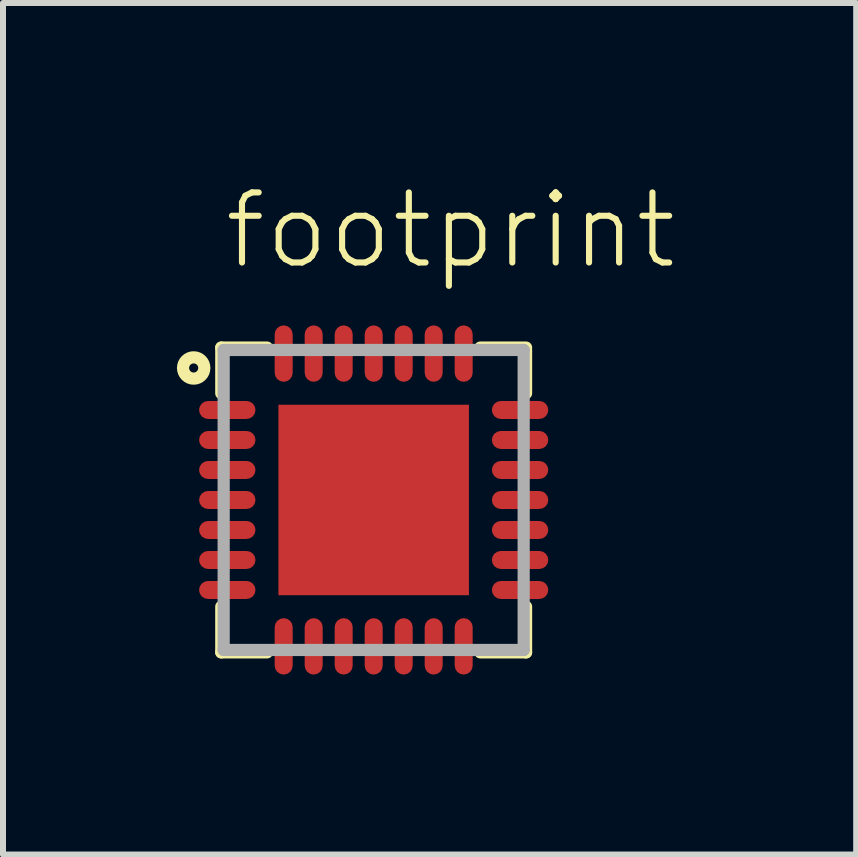
<source format=kicad_pcb>
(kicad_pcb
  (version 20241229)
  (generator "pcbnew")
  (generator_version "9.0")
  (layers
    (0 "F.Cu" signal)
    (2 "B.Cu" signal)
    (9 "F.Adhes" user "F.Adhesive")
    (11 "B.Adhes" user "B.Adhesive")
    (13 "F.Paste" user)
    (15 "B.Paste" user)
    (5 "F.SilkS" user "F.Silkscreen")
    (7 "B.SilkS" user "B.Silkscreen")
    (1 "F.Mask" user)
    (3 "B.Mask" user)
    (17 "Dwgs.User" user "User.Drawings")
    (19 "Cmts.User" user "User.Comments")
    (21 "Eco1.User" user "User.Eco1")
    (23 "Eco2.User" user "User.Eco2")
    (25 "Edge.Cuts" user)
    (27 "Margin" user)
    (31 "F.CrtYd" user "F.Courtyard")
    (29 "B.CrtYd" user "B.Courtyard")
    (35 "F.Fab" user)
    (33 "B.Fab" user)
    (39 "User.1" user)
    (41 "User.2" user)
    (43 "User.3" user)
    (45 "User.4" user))
  (footprint "footprint"
    (layer "F.Cu")
    (at 3.178 5.283)
    (property "Reference" "footprint" (at -2.54 -3.81 0) (layer "F.SilkS") (effects (font (size 1.168 1.168) (thickness 0.102)) (justify left bottom)))
    (fp_line (start -2.54 -2.54) (end -2.54 -1.778) (stroke (width 0.203) (type solid)) (layer "F.SilkS"))
    (fp_line (start -2.54 -2.54) (end -1.778 -2.54) (stroke (width 0.203) (type solid)) (layer "F.SilkS"))
    (fp_line (start -2.54 2.54) (end -2.54 1.778) (stroke (width 0.203) (type solid)) (layer "F.SilkS"))
    (fp_line (start -2.54 2.54) (end -1.778 2.54) (stroke (width 0.203) (type solid)) (layer "F.SilkS"))
    (fp_line (start 2.54 -2.54) (end 1.778 -2.54) (stroke (width 0.203) (type solid)) (layer "F.SilkS"))
    (fp_line (start 2.54 -2.5) (end 2.54 -1.778) (stroke (width 0.203) (type solid)) (layer "F.SilkS"))
    (fp_line (start 2.54 2.54) (end 1.778 2.54) (stroke (width 0.203) (type solid)) (layer "F.SilkS"))
    (fp_line (start 2.54 2.54) (end 2.54 1.778) (stroke (width 0.203) (type solid)) (layer "F.SilkS"))
    (fp_circle (center -3 -2.2) (end -2.924 -2.2) (stroke (width 0.203) (type solid)) (fill no) (layer "F.SilkS"))
    (fp_poly (pts (xy 0.343 0.343) (xy 0.343 -0.343) (xy -0.343 -0.343) (xy -0.343 0.343)) (stroke (width 0) (type solid)) (fill yes) (layer "F.Paste"))
    (fp_line (start -2.5 -2.5) (end -2.5 2.5) (stroke (width 0.203) (type solid)) (layer "F.Fab"))
    (fp_line (start -2.5 2.5) (end 2.5 2.5) (stroke (width 0.203) (type solid)) (layer "F.Fab"))
    (fp_line (start 2.5 -2.5) (end -2.5 -2.5) (stroke (width 0.203) (type solid)) (layer "F.Fab"))
    (fp_line (start 2.5 2.5) (end 2.5 -2.5) (stroke (width 0.203) (type solid)) (layer "F.Fab"))
    (pad "1" smd roundrect (at -2.44 -1.5 90) (size 0.3 0.94) (layers "F.Cu" "F.Mask" "F.Paste") (roundrect_rratio 0.5))
    (pad "2" smd roundrect (at -2.44 -1 90) (size 0.3 0.94) (layers "F.Cu" "F.Mask" "F.Paste") (roundrect_rratio 0.5))
    (pad "3" smd roundrect (at -2.44 -0.5 90) (size 0.3 0.94) (layers "F.Cu" "F.Mask" "F.Paste") (roundrect_rratio 0.5))
    (pad "4" smd roundrect (at -2.44 0 90) (size 0.3 0.94) (layers "F.Cu" "F.Mask" "F.Paste") (roundrect_rratio 0.5))
    (pad "5" smd roundrect (at -2.44 0.5 90) (size 0.3 0.94) (layers "F.Cu" "F.Mask" "F.Paste") (roundrect_rratio 0.5))
    (pad "6" smd roundrect (at -2.44 1 90) (size 0.3 0.94) (layers "F.Cu" "F.Mask" "F.Paste") (roundrect_rratio 0.5))
    (pad "7" smd roundrect (at -2.44 1.5 90) (size 0.3 0.94) (layers "F.Cu" "F.Mask" "F.Paste") (roundrect_rratio 0.5))
    (pad "8" smd roundrect (at -1.5 2.44 180) (size 0.3 0.94) (layers "F.Cu" "F.Mask" "F.Paste") (roundrect_rratio 0.5))
    (pad "9" smd roundrect (at -1 2.44 180) (size 0.3 0.94) (layers "F.Cu" "F.Mask" "F.Paste") (roundrect_rratio 0.5))
    (pad "10" smd roundrect (at -0.5 2.44 180) (size 0.3 0.94) (layers "F.Cu" "F.Mask" "F.Paste") (roundrect_rratio 0.5))
    (pad "11" smd roundrect (at 0 2.44 180) (size 0.3 0.94) (layers "F.Cu" "F.Mask" "F.Paste") (roundrect_rratio 0.5))
    (pad "12" smd roundrect (at 0.5 2.44 180) (size 0.3 0.94) (layers "F.Cu" "F.Mask" "F.Paste") (roundrect_rratio 0.5))
    (pad "13" smd roundrect (at 1 2.44 180) (size 0.3 0.94) (layers "F.Cu" "F.Mask" "F.Paste") (roundrect_rratio 0.5))
    (pad "14" smd roundrect (at 1.5 2.44 180) (size 0.3 0.94) (layers "F.Cu" "F.Mask" "F.Paste") (roundrect_rratio 0.5))
    (pad "15" smd roundrect (at 2.44 1.5 270) (size 0.3 0.94) (layers "F.Cu" "F.Mask" "F.Paste") (roundrect_rratio 0.5))
    (pad "16" smd roundrect (at 2.44 1 270) (size 0.3 0.94) (layers "F.Cu" "F.Mask" "F.Paste") (roundrect_rratio 0.5))
    (pad "17" smd roundrect (at 2.44 0.5 270) (size 0.3 0.94) (layers "F.Cu" "F.Mask" "F.Paste") (roundrect_rratio 0.5))
    (pad "18" smd roundrect (at 2.44 0 270) (size 0.3 0.94) (layers "F.Cu" "F.Mask" "F.Paste") (roundrect_rratio 0.5))
    (pad "19" smd roundrect (at 2.44 -0.5 270) (size 0.3 0.94) (layers "F.Cu" "F.Mask" "F.Paste") (roundrect_rratio 0.5))
    (pad "20" smd roundrect (at 2.44 -1 270) (size 0.3 0.94) (layers "F.Cu" "F.Mask" "F.Paste") (roundrect_rratio 0.5))
    (pad "21" smd roundrect (at 2.44 -1.5 270) (size 0.3 0.94) (layers "F.Cu" "F.Mask" "F.Paste") (roundrect_rratio 0.5))
    (pad "22" smd roundrect (at 1.5 -2.44) (size 0.3 0.94) (layers "F.Cu" "F.Mask" "F.Paste") (roundrect_rratio 0.5))
    (pad "23" smd roundrect (at 1 -2.44) (size 0.3 0.94) (layers "F.Cu" "F.Mask" "F.Paste") (roundrect_rratio 0.5))
    (pad "24" smd roundrect (at 0.5 -2.44) (size 0.3 0.94) (layers "F.Cu" "F.Mask" "F.Paste") (roundrect_rratio 0.5))
    (pad "25" smd roundrect (at 0 -2.44) (size 0.3 0.94) (layers "F.Cu" "F.Mask" "F.Paste") (roundrect_rratio 0.5))
    (pad "26" smd roundrect (at -0.5 -2.44) (size 0.3 0.94) (layers "F.Cu" "F.Mask" "F.Paste") (roundrect_rratio 0.5))
    (pad "27" smd roundrect (at -1 -2.44) (size 0.3 0.94) (layers "F.Cu" "F.Mask" "F.Paste") (roundrect_rratio 0.5))
    (pad "28" smd roundrect (at -1.5 -2.44) (size 0.3 0.94) (layers "F.Cu" "F.Mask" "F.Paste") (roundrect_rratio 0.5))
    (pad "29" smd rect (at 0 0) (size 3.175 3.175) (layers "F.Cu" "F.Mask")))
  (gr_rect
    (start -3 -3)
    (end 11.22 11.193)
    (stroke (width 0.1) (type default))
    (fill no)
    (layer "Edge.Cuts")))
</source>
